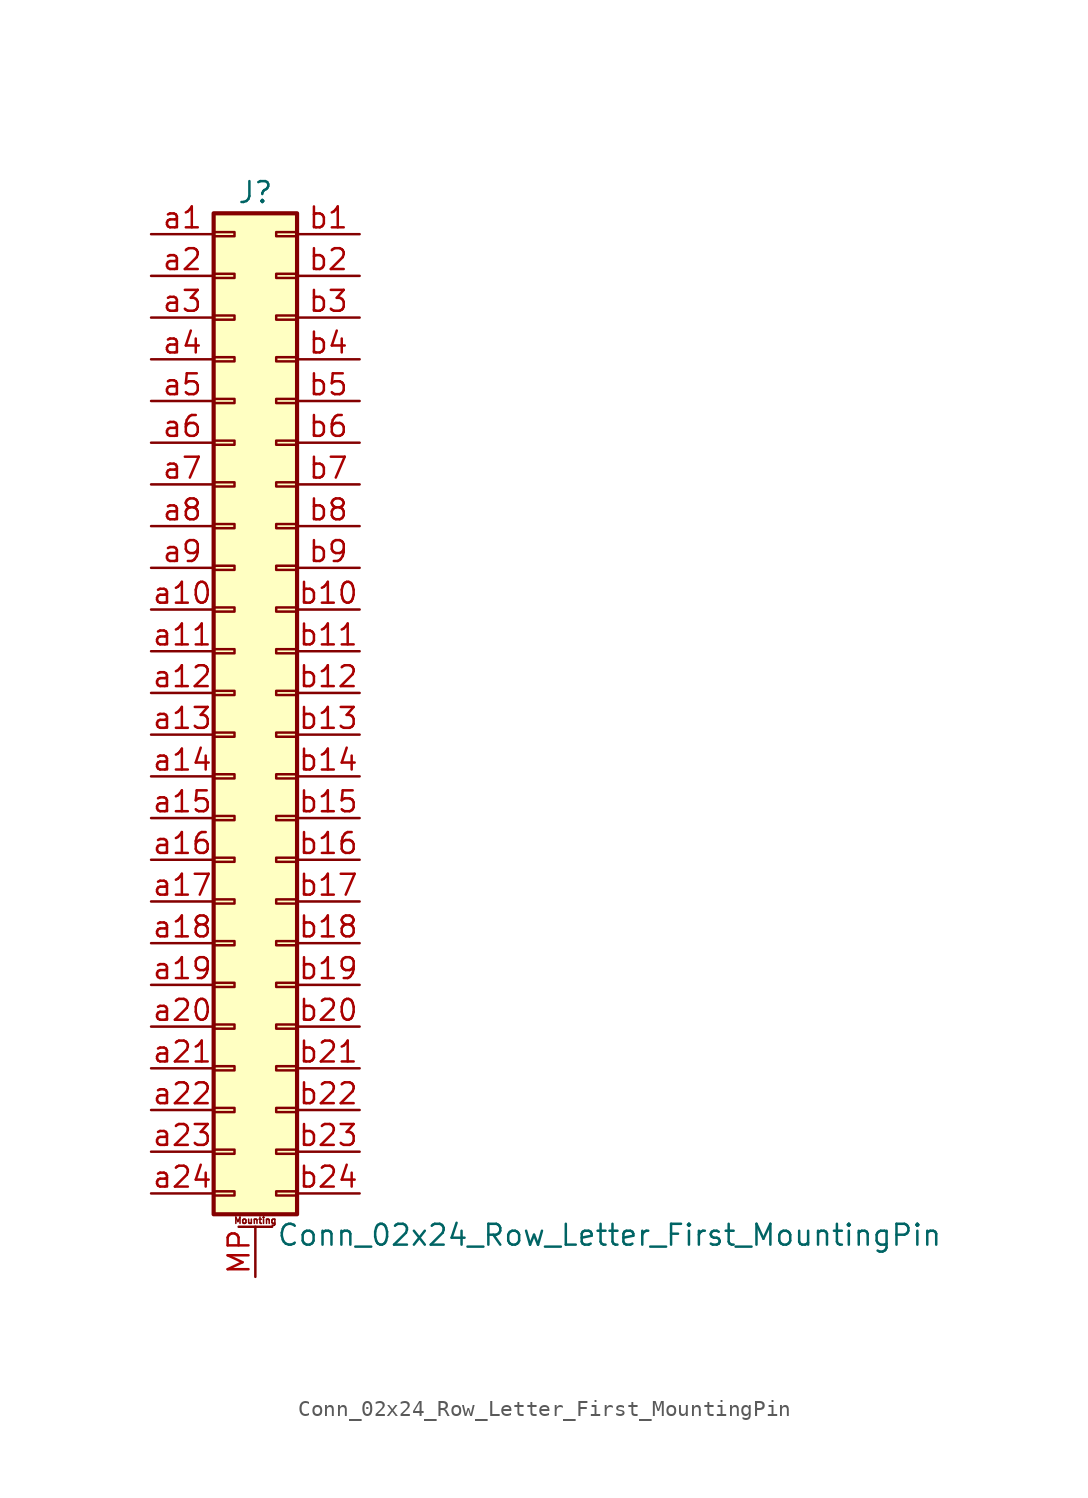
<source format=kicad_sym>
(kicad_symbol_lib
  (version 20201005)
  (generator kicad_symbol_editor)
  (symbol "Conn_02x24_Row_Letter_First_MountingPin"
    (pin_names
      (offset 1.016) hide)
    (property "Reference" "J"
      (at 1.27 30.48 0)
      (effects (font (size 1.27 1.27))))
    (property "Value" "Conn_02x24_Row_Letter_First_MountingPin"
      (at 2.54 -33.02 0)
      (effects (font (size 1.27 1.27)) (justify left)))
    (symbol "Conn_02x24_Row_Letter_First_MountingPin_1_1"
      (text "Mounting" (at 1.27 -32.131 0) (effects (font (size 0.381 0.381))))
      (rectangle (start -1.27 -30.353) (end 0 -30.607) (stroke (width 0.152)) (fill (type none)))
      (rectangle (start -1.27 -27.813) (end 0 -28.067) (stroke (width 0.152)) (fill (type none)))
      (rectangle (start -1.27 -25.273) (end 0 -25.527) (stroke (width 0.152)) (fill (type none)))
      (rectangle (start -1.27 -22.733) (end 0 -22.987) (stroke (width 0.152)) (fill (type none)))
      (rectangle (start -1.27 -20.193) (end 0 -20.447) (stroke (width 0.152)) (fill (type none)))
      (rectangle (start -1.27 -17.653) (end 0 -17.907) (stroke (width 0.152)) (fill (type none)))
      (rectangle (start -1.27 -15.113) (end 0 -15.367) (stroke (width 0.152)) (fill (type none)))
      (rectangle (start -1.27 -12.573) (end 0 -12.827) (stroke (width 0.152)) (fill (type none)))
      (rectangle (start -1.27 -10.033) (end 0 -10.287) (stroke (width 0.152)) (fill (type none)))
      (rectangle (start -1.27 -7.493) (end 0 -7.747) (stroke (width 0.152)) (fill (type none)))
      (rectangle (start -1.27 -4.953) (end 0 -5.207) (stroke (width 0.152)) (fill (type none)))
      (rectangle (start -1.27 -2.413) (end 0 -2.667) (stroke (width 0.152)) (fill (type none)))
      (rectangle (start -1.27 0.127) (end 0 -0.127) (stroke (width 0.152)) (fill (type none)))
      (rectangle (start -1.27 2.667) (end 0 2.413) (stroke (width 0.152)) (fill (type none)))
      (rectangle (start -1.27 5.207) (end 0 4.953) (stroke (width 0.152)) (fill (type none)))
      (rectangle (start -1.27 7.747) (end 0 7.493) (stroke (width 0.152)) (fill (type none)))
      (rectangle (start -1.27 10.287) (end 0 10.033) (stroke (width 0.152)) (fill (type none)))
      (rectangle (start -1.27 12.827) (end 0 12.573) (stroke (width 0.152)) (fill (type none)))
      (rectangle (start -1.27 15.367) (end 0 15.113) (stroke (width 0.152)) (fill (type none)))
      (rectangle (start -1.27 17.907) (end 0 17.653) (stroke (width 0.152)) (fill (type none)))
      (rectangle (start -1.27 20.447) (end 0 20.193) (stroke (width 0.152)) (fill (type none)))
      (rectangle (start -1.27 22.987) (end 0 22.733) (stroke (width 0.152)) (fill (type none)))
      (rectangle (start -1.27 25.527) (end 0 25.273) (stroke (width 0.152)) (fill (type none)))
      (rectangle (start -1.27 28.067) (end 0 27.813) (stroke (width 0.152)) (fill (type none)))
      (rectangle (start -1.27 29.21) (end 3.81 -31.75) (stroke (width 0.254)) (fill (type background)))
      (rectangle (start 3.81 -30.353) (end 2.54 -30.607) (stroke (width 0.152)) (fill (type none)))
      (rectangle (start 3.81 -27.813) (end 2.54 -28.067) (stroke (width 0.152)) (fill (type none)))
      (rectangle (start 3.81 -25.273) (end 2.54 -25.527) (stroke (width 0.152)) (fill (type none)))
      (rectangle (start 3.81 -22.733) (end 2.54 -22.987) (stroke (width 0.152)) (fill (type none)))
      (rectangle (start 3.81 -20.193) (end 2.54 -20.447) (stroke (width 0.152)) (fill (type none)))
      (rectangle (start 3.81 -17.653) (end 2.54 -17.907) (stroke (width 0.152)) (fill (type none)))
      (rectangle (start 3.81 -15.113) (end 2.54 -15.367) (stroke (width 0.152)) (fill (type none)))
      (rectangle (start 3.81 -12.573) (end 2.54 -12.827) (stroke (width 0.152)) (fill (type none)))
      (rectangle (start 3.81 -10.033) (end 2.54 -10.287) (stroke (width 0.152)) (fill (type none)))
      (rectangle (start 3.81 -7.493) (end 2.54 -7.747) (stroke (width 0.152)) (fill (type none)))
      (rectangle (start 3.81 -4.953) (end 2.54 -5.207) (stroke (width 0.152)) (fill (type none)))
      (rectangle (start 3.81 -2.413) (end 2.54 -2.667) (stroke (width 0.152)) (fill (type none)))
      (rectangle (start 3.81 0.127) (end 2.54 -0.127) (stroke (width 0.152)) (fill (type none)))
      (rectangle (start 3.81 2.667) (end 2.54 2.413) (stroke (width 0.152)) (fill (type none)))
      (rectangle (start 3.81 5.207) (end 2.54 4.953) (stroke (width 0.152)) (fill (type none)))
      (rectangle (start 3.81 7.747) (end 2.54 7.493) (stroke (width 0.152)) (fill (type none)))
      (rectangle (start 3.81 10.287) (end 2.54 10.033) (stroke (width 0.152)) (fill (type none)))
      (rectangle (start 3.81 12.827) (end 2.54 12.573) (stroke (width 0.152)) (fill (type none)))
      (rectangle (start 3.81 15.367) (end 2.54 15.113) (stroke (width 0.152)) (fill (type none)))
      (rectangle (start 3.81 17.907) (end 2.54 17.653) (stroke (width 0.152)) (fill (type none)))
      (rectangle (start 3.81 20.447) (end 2.54 20.193) (stroke (width 0.152)) (fill (type none)))
      (rectangle (start 3.81 22.987) (end 2.54 22.733) (stroke (width 0.152)) (fill (type none)))
      (rectangle (start 3.81 25.527) (end 2.54 25.273) (stroke (width 0.152)) (fill (type none)))
      (rectangle (start 3.81 28.067) (end 2.54 27.813) (stroke (width 0.152)) (fill (type none)))
      (polyline (pts (xy 0.254 -32.512) (xy 2.286 -32.512)) (stroke (width 0.152)) (fill (type none)))
      (pin passive line (at 1.27 -35.56 90) (length 3.048) (name "MountPin" (effects (font (size 1.27 1.27)))) (number "MP" (effects (font (size 1.27 1.27)))))
      (pin passive line (at -5.08 27.94 0) (length 3.81) (name "Pin_a1" (effects (font (size 1.27 1.27)))) (number "a1" (effects (font (size 1.27 1.27)))))
      (pin passive line (at -5.08 5.08 0) (length 3.81) (name "Pin_a10" (effects (font (size 1.27 1.27)))) (number "a10" (effects (font (size 1.27 1.27)))))
      (pin passive line (at -5.08 2.54 0) (length 3.81) (name "Pin_a11" (effects (font (size 1.27 1.27)))) (number "a11" (effects (font (size 1.27 1.27)))))
      (pin passive line (at -5.08 0 0) (length 3.81) (name "Pin_a12" (effects (font (size 1.27 1.27)))) (number "a12" (effects (font (size 1.27 1.27)))))
      (pin passive line (at -5.08 -2.54 0) (length 3.81) (name "Pin_a13" (effects (font (size 1.27 1.27)))) (number "a13" (effects (font (size 1.27 1.27)))))
      (pin passive line (at -5.08 -5.08 0) (length 3.81) (name "Pin_a14" (effects (font (size 1.27 1.27)))) (number "a14" (effects (font (size 1.27 1.27)))))
      (pin passive line (at -5.08 -7.62 0) (length 3.81) (name "Pin_a15" (effects (font (size 1.27 1.27)))) (number "a15" (effects (font (size 1.27 1.27)))))
      (pin passive line (at -5.08 -10.16 0) (length 3.81) (name "Pin_a16" (effects (font (size 1.27 1.27)))) (number "a16" (effects (font (size 1.27 1.27)))))
      (pin passive line (at -5.08 -12.7 0) (length 3.81) (name "Pin_a17" (effects (font (size 1.27 1.27)))) (number "a17" (effects (font (size 1.27 1.27)))))
      (pin passive line (at -5.08 -15.24 0) (length 3.81) (name "Pin_a18" (effects (font (size 1.27 1.27)))) (number "a18" (effects (font (size 1.27 1.27)))))
      (pin passive line (at -5.08 -17.78 0) (length 3.81) (name "Pin_a19" (effects (font (size 1.27 1.27)))) (number "a19" (effects (font (size 1.27 1.27)))))
      (pin passive line (at -5.08 25.4 0) (length 3.81) (name "Pin_a2" (effects (font (size 1.27 1.27)))) (number "a2" (effects (font (size 1.27 1.27)))))
      (pin passive line (at -5.08 -20.32 0) (length 3.81) (name "Pin_a20" (effects (font (size 1.27 1.27)))) (number "a20" (effects (font (size 1.27 1.27)))))
      (pin passive line (at -5.08 -22.86 0) (length 3.81) (name "Pin_a21" (effects (font (size 1.27 1.27)))) (number "a21" (effects (font (size 1.27 1.27)))))
      (pin passive line (at -5.08 -25.4 0) (length 3.81) (name "Pin_a22" (effects (font (size 1.27 1.27)))) (number "a22" (effects (font (size 1.27 1.27)))))
      (pin passive line (at -5.08 -27.94 0) (length 3.81) (name "Pin_a23" (effects (font (size 1.27 1.27)))) (number "a23" (effects (font (size 1.27 1.27)))))
      (pin passive line (at -5.08 -30.48 0) (length 3.81) (name "Pin_a24" (effects (font (size 1.27 1.27)))) (number "a24" (effects (font (size 1.27 1.27)))))
      (pin passive line (at -5.08 22.86 0) (length 3.81) (name "Pin_a3" (effects (font (size 1.27 1.27)))) (number "a3" (effects (font (size 1.27 1.27)))))
      (pin passive line (at -5.08 20.32 0) (length 3.81) (name "Pin_a4" (effects (font (size 1.27 1.27)))) (number "a4" (effects (font (size 1.27 1.27)))))
      (pin passive line (at -5.08 17.78 0) (length 3.81) (name "Pin_a5" (effects (font (size 1.27 1.27)))) (number "a5" (effects (font (size 1.27 1.27)))))
      (pin passive line (at -5.08 15.24 0) (length 3.81) (name "Pin_a6" (effects (font (size 1.27 1.27)))) (number "a6" (effects (font (size 1.27 1.27)))))
      (pin passive line (at -5.08 12.7 0) (length 3.81) (name "Pin_a7" (effects (font (size 1.27 1.27)))) (number "a7" (effects (font (size 1.27 1.27)))))
      (pin passive line (at -5.08 10.16 0) (length 3.81) (name "Pin_a8" (effects (font (size 1.27 1.27)))) (number "a8" (effects (font (size 1.27 1.27)))))
      (pin passive line (at -5.08 7.62 0) (length 3.81) (name "Pin_a9" (effects (font (size 1.27 1.27)))) (number "a9" (effects (font (size 1.27 1.27)))))
      (pin passive line (at 7.62 27.94 180) (length 3.81) (name "Pin_b1" (effects (font (size 1.27 1.27)))) (number "b1" (effects (font (size 1.27 1.27)))))
      (pin passive line (at 7.62 5.08 180) (length 3.81) (name "Pin_b10" (effects (font (size 1.27 1.27)))) (number "b10" (effects (font (size 1.27 1.27)))))
      (pin passive line (at 7.62 2.54 180) (length 3.81) (name "Pin_b11" (effects (font (size 1.27 1.27)))) (number "b11" (effects (font (size 1.27 1.27)))))
      (pin passive line (at 7.62 0 180) (length 3.81) (name "Pin_b12" (effects (font (size 1.27 1.27)))) (number "b12" (effects (font (size 1.27 1.27)))))
      (pin passive line (at 7.62 -2.54 180) (length 3.81) (name "Pin_b13" (effects (font (size 1.27 1.27)))) (number "b13" (effects (font (size 1.27 1.27)))))
      (pin passive line (at 7.62 -5.08 180) (length 3.81) (name "Pin_b14" (effects (font (size 1.27 1.27)))) (number "b14" (effects (font (size 1.27 1.27)))))
      (pin passive line (at 7.62 -7.62 180) (length 3.81) (name "Pin_b15" (effects (font (size 1.27 1.27)))) (number "b15" (effects (font (size 1.27 1.27)))))
      (pin passive line (at 7.62 -10.16 180) (length 3.81) (name "Pin_b16" (effects (font (size 1.27 1.27)))) (number "b16" (effects (font (size 1.27 1.27)))))
      (pin passive line (at 7.62 -12.7 180) (length 3.81) (name "Pin_b17" (effects (font (size 1.27 1.27)))) (number "b17" (effects (font (size 1.27 1.27)))))
      (pin passive line (at 7.62 -15.24 180) (length 3.81) (name "Pin_b18" (effects (font (size 1.27 1.27)))) (number "b18" (effects (font (size 1.27 1.27)))))
      (pin passive line (at 7.62 -17.78 180) (length 3.81) (name "Pin_b19" (effects (font (size 1.27 1.27)))) (number "b19" (effects (font (size 1.27 1.27)))))
      (pin passive line (at 7.62 25.4 180) (length 3.81) (name "Pin_b2" (effects (font (size 1.27 1.27)))) (number "b2" (effects (font (size 1.27 1.27)))))
      (pin passive line (at 7.62 -20.32 180) (length 3.81) (name "Pin_b20" (effects (font (size 1.27 1.27)))) (number "b20" (effects (font (size 1.27 1.27)))))
      (pin passive line (at 7.62 -22.86 180) (length 3.81) (name "Pin_b21" (effects (font (size 1.27 1.27)))) (number "b21" (effects (font (size 1.27 1.27)))))
      (pin passive line (at 7.62 -25.4 180) (length 3.81) (name "Pin_b22" (effects (font (size 1.27 1.27)))) (number "b22" (effects (font (size 1.27 1.27)))))
      (pin passive line (at 7.62 -27.94 180) (length 3.81) (name "Pin_b23" (effects (font (size 1.27 1.27)))) (number "b23" (effects (font (size 1.27 1.27)))))
      (pin passive line (at 7.62 -30.48 180) (length 3.81) (name "Pin_b24" (effects (font (size 1.27 1.27)))) (number "b24" (effects (font (size 1.27 1.27)))))
      (pin passive line (at 7.62 22.86 180) (length 3.81) (name "Pin_b3" (effects (font (size 1.27 1.27)))) (number "b3" (effects (font (size 1.27 1.27)))))
      (pin passive line (at 7.62 20.32 180) (length 3.81) (name "Pin_b4" (effects (font (size 1.27 1.27)))) (number "b4" (effects (font (size 1.27 1.27)))))
      (pin passive line (at 7.62 17.78 180) (length 3.81) (name "Pin_b5" (effects (font (size 1.27 1.27)))) (number "b5" (effects (font (size 1.27 1.27)))))
      (pin passive line (at 7.62 15.24 180) (length 3.81) (name "Pin_b6" (effects (font (size 1.27 1.27)))) (number "b6" (effects (font (size 1.27 1.27)))))
      (pin passive line (at 7.62 12.7 180) (length 3.81) (name "Pin_b7" (effects (font (size 1.27 1.27)))) (number "b7" (effects (font (size 1.27 1.27)))))
      (pin passive line (at 7.62 10.16 180) (length 3.81) (name "Pin_b8" (effects (font (size 1.27 1.27)))) (number "b8" (effects (font (size 1.27 1.27)))))
      (pin passive line (at 7.62 7.62 180) (length 3.81) (name "Pin_b9" (effects (font (size 1.27 1.27)))) (number "b9" (effects (font (size 1.27 1.27))))))))
</source>
